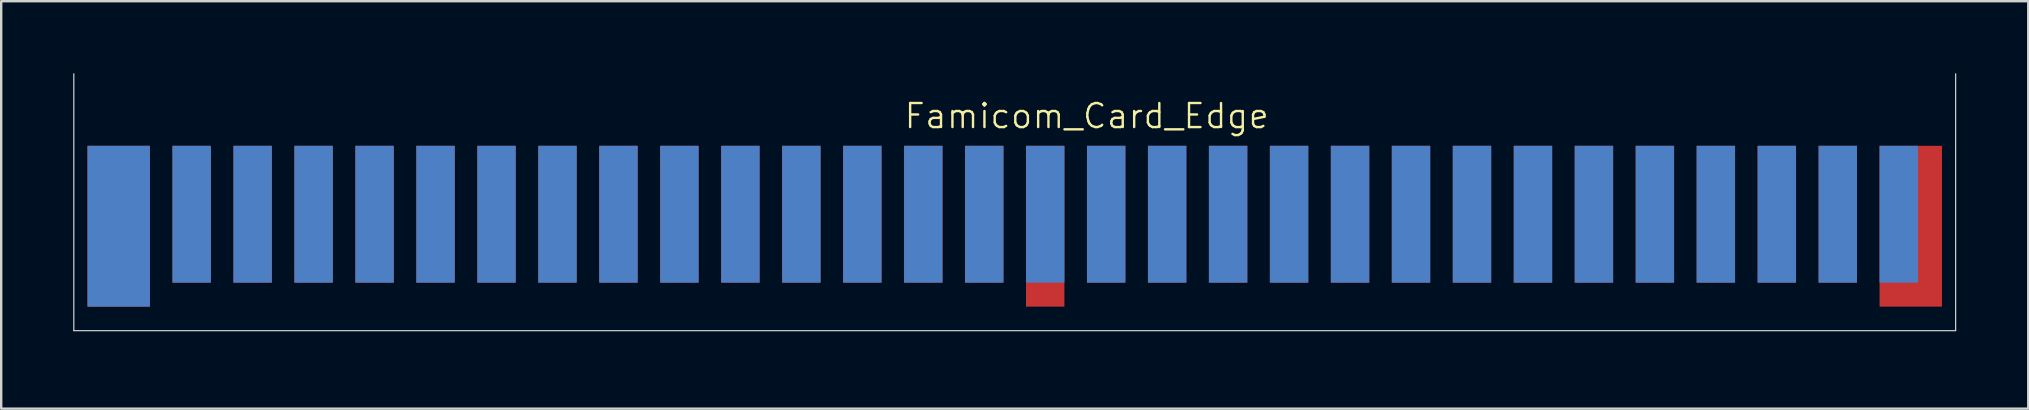
<source format=kicad_pcb>
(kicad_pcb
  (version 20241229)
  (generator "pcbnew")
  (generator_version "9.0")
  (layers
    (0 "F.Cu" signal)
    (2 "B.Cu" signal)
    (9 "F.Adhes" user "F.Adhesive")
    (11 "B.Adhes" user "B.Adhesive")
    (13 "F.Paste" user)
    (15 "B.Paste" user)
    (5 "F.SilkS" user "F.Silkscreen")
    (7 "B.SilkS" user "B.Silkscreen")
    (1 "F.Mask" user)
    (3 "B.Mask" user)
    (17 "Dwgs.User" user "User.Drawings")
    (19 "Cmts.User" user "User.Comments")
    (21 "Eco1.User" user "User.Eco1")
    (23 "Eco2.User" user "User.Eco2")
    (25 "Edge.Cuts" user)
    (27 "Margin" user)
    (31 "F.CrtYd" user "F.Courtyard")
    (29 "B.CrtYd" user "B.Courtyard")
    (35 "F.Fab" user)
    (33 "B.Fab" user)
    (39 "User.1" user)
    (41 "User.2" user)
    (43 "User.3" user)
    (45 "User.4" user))
  (footprint "Famicom_Card_Edge"
    (layer "F.Cu")
    (at 39.225 10.725)
    (property "Reference" "Famicom_Card_Edge" (at 3 -8.94 0) (unlocked yes) (layer "F.SilkS") (effects (font (size 1 1) (thickness 0.1))))
    (fp_line (start -39.2 0) (end -39.2 -10.7) (stroke (width 0.05) (type default)) (layer "Edge.Cuts"))
    (fp_line (start -39.2 0) (end 39.2 0) (stroke (width 0.05) (type default)) (layer "Edge.Cuts"))
    (fp_line (start 39.2 0) (end 39.2 -10.7) (stroke (width 0.05) (type default)) (layer "Edge.Cuts"))
    (pad "1" connect rect (at -37.33 -4.35) (size 2.6 6.7) (layers "F.Cu" "F.Mask"))
    (pad "2" connect rect (at -34.29 -4.85) (size 1.6 5.7) (layers "F.Cu" "F.Mask"))
    (pad "3" connect rect (at -31.75 -4.85) (size 1.6 5.7) (layers "F.Cu" "F.Mask"))
    (pad "4" connect rect (at -29.21 -4.85) (size 1.6 5.7) (layers "F.Cu" "F.Mask"))
    (pad "5" connect rect (at -26.67 -4.85) (size 1.6 5.7) (layers "F.Cu" "F.Mask"))
    (pad "6" connect rect (at -24.13 -4.85) (size 1.6 5.7) (layers "F.Cu" "F.Mask"))
    (pad "7" connect rect (at -21.59 -4.85) (size 1.6 5.7) (layers "F.Cu" "F.Mask"))
    (pad "8" connect rect (at -19.05 -4.85) (size 1.6 5.7) (layers "F.Cu" "F.Mask"))
    (pad "9" connect rect (at -16.51 -4.85) (size 1.6 5.7) (layers "F.Cu" "F.Mask"))
    (pad "10" connect rect (at -13.97 -4.85) (size 1.6 5.7) (layers "F.Cu" "F.Mask"))
    (pad "11" connect rect (at -11.43 -4.85) (size 1.6 5.7) (layers "F.Cu" "F.Mask"))
    (pad "12" connect rect (at -8.89 -4.85) (size 1.6 5.7) (layers "F.Cu" "F.Mask"))
    (pad "13" connect rect (at -6.35 -4.85) (size 1.6 5.7) (layers "F.Cu" "F.Mask"))
    (pad "14" connect rect (at -3.81 -4.85) (size 1.6 5.7) (layers "F.Cu" "F.Mask"))
    (pad "15" connect rect (at -1.27 -4.85) (size 1.6 5.7) (layers "F.Cu" "F.Mask"))
    (pad "16" connect rect (at 1.27 -4.35) (size 1.6 6.7) (layers "F.Cu" "F.Mask"))
    (pad "17" connect rect (at 3.81 -4.85) (size 1.6 5.7) (layers "F.Cu" "F.Mask"))
    (pad "18" connect rect (at 6.35 -4.85) (size 1.6 5.7) (layers "F.Cu" "F.Mask"))
    (pad "19" connect rect (at 8.89 -4.85) (size 1.6 5.7) (layers "F.Cu" "F.Mask"))
    (pad "20" connect rect (at 11.43 -4.85) (size 1.6 5.7) (layers "F.Cu" "F.Mask"))
    (pad "21" connect rect (at 13.97 -4.85) (size 1.6 5.7) (layers "F.Cu" "F.Mask"))
    (pad "22" connect rect (at 16.51 -4.85) (size 1.6 5.7) (layers "F.Cu" "F.Mask"))
    (pad "23" connect rect (at 19.05 -4.85) (size 1.6 5.7) (layers "F.Cu" "F.Mask"))
    (pad "24" connect rect (at 21.59 -4.85) (size 1.6 5.7) (layers "F.Cu" "F.Mask"))
    (pad "25" connect rect (at 24.13 -4.85) (size 1.6 5.7) (layers "F.Cu" "F.Mask"))
    (pad "26" connect rect (at 26.67 -4.85) (size 1.6 5.7) (layers "F.Cu" "F.Mask"))
    (pad "27" connect rect (at 29.21 -4.85) (size 1.6 5.7) (layers "F.Cu" "F.Mask"))
    (pad "28" connect rect (at 31.75 -4.85) (size 1.6 5.7) (layers "F.Cu" "F.Mask"))
    (pad "29" connect rect (at 34.29 -4.85) (size 1.6 5.7) (layers "F.Cu" "F.Mask"))
    (pad "30" connect rect (at 37.33 -4.35) (size 2.6 6.7) (layers "F.Cu" "F.Mask"))
    (pad "31" connect rect (at -37.33 -4.35) (size 2.6 6.7) (layers "B.Cu" "B.Mask"))
    (pad "32" connect rect (at -34.29 -4.85) (size 1.6 5.7) (layers "B.Cu" "B.Mask"))
    (pad "33" connect rect (at -31.75 -4.85) (size 1.6 5.7) (layers "B.Cu" "B.Mask"))
    (pad "34" connect rect (at -29.21 -4.85) (size 1.6 5.7) (layers "B.Cu" "B.Mask"))
    (pad "35" connect rect (at -26.67 -4.85) (size 1.6 5.7) (layers "B.Cu" "B.Mask"))
    (pad "36" connect rect (at -24.13 -4.85) (size 1.6 5.7) (layers "B.Cu" "B.Mask"))
    (pad "37" connect rect (at -21.59 -4.85) (size 1.6 5.7) (layers "B.Cu" "B.Mask"))
    (pad "38" connect rect (at -19.05 -4.85) (size 1.6 5.7) (layers "B.Cu" "B.Mask"))
    (pad "39" connect rect (at -16.51 -4.85) (size 1.6 5.7) (layers "B.Cu" "B.Mask"))
    (pad "40" connect rect (at -13.97 -4.85) (size 1.6 5.7) (layers "B.Cu" "B.Mask"))
    (pad "41" connect rect (at -11.43 -4.85) (size 1.6 5.7) (layers "B.Cu" "B.Mask"))
    (pad "42" connect rect (at -8.89 -4.85) (size 1.6 5.7) (layers "B.Cu" "B.Mask"))
    (pad "43" connect rect (at -6.35 -4.85) (size 1.6 5.7) (layers "B.Cu" "B.Mask"))
    (pad "44" connect rect (at -3.81 -4.85) (size 1.6 5.7) (layers "B.Cu" "B.Mask"))
    (pad "45" connect rect (at -1.27 -4.85) (size 1.6 5.7) (layers "B.Cu" "B.Mask"))
    (pad "46" connect rect (at 1.27 -4.85) (size 1.6 5.7) (layers "B.Cu" "B.Mask"))
    (pad "47" connect rect (at 3.81 -4.85) (size 1.6 5.7) (layers "B.Cu" "B.Mask"))
    (pad "48" connect rect (at 6.35 -4.85) (size 1.6 5.7) (layers "B.Cu" "B.Mask"))
    (pad "49" connect rect (at 8.89 -4.85) (size 1.6 5.7) (layers "B.Cu" "B.Mask"))
    (pad "50" connect rect (at 11.43 -4.85) (size 1.6 5.7) (layers "B.Cu" "B.Mask"))
    (pad "51" connect rect (at 13.97 -4.85) (size 1.6 5.7) (layers "B.Cu" "B.Mask"))
    (pad "52" connect rect (at 16.51 -4.85) (size 1.6 5.7) (layers "B.Cu" "B.Mask"))
    (pad "53" connect rect (at 19.05 -4.85) (size 1.6 5.7) (layers "B.Cu" "B.Mask"))
    (pad "54" connect rect (at 21.59 -4.85) (size 1.6 5.7) (layers "B.Cu" "B.Mask"))
    (pad "55" connect rect (at 24.13 -4.85) (size 1.6 5.7) (layers "B.Cu" "B.Mask"))
    (pad "56" connect rect (at 26.67 -4.85) (size 1.6 5.7) (layers "B.Cu" "B.Mask"))
    (pad "57" connect rect (at 29.21 -4.85) (size 1.6 5.7) (layers "B.Cu" "B.Mask"))
    (pad "58" connect rect (at 31.75 -4.85) (size 1.6 5.7) (layers "B.Cu" "B.Mask"))
    (pad "59" connect rect (at 34.29 -4.85) (size 1.6 5.7) (layers "B.Cu" "B.Mask"))
    (pad "60" connect rect (at 36.83 -4.85) (size 1.6 5.7) (layers "B.Cu" "B.Mask")))
  (gr_rect
    (start -3 -3)
    (end 81.45 13.975)
    (stroke (width 0.1) (type default))
    (fill no)
    (layer "Edge.Cuts")))
</source>
